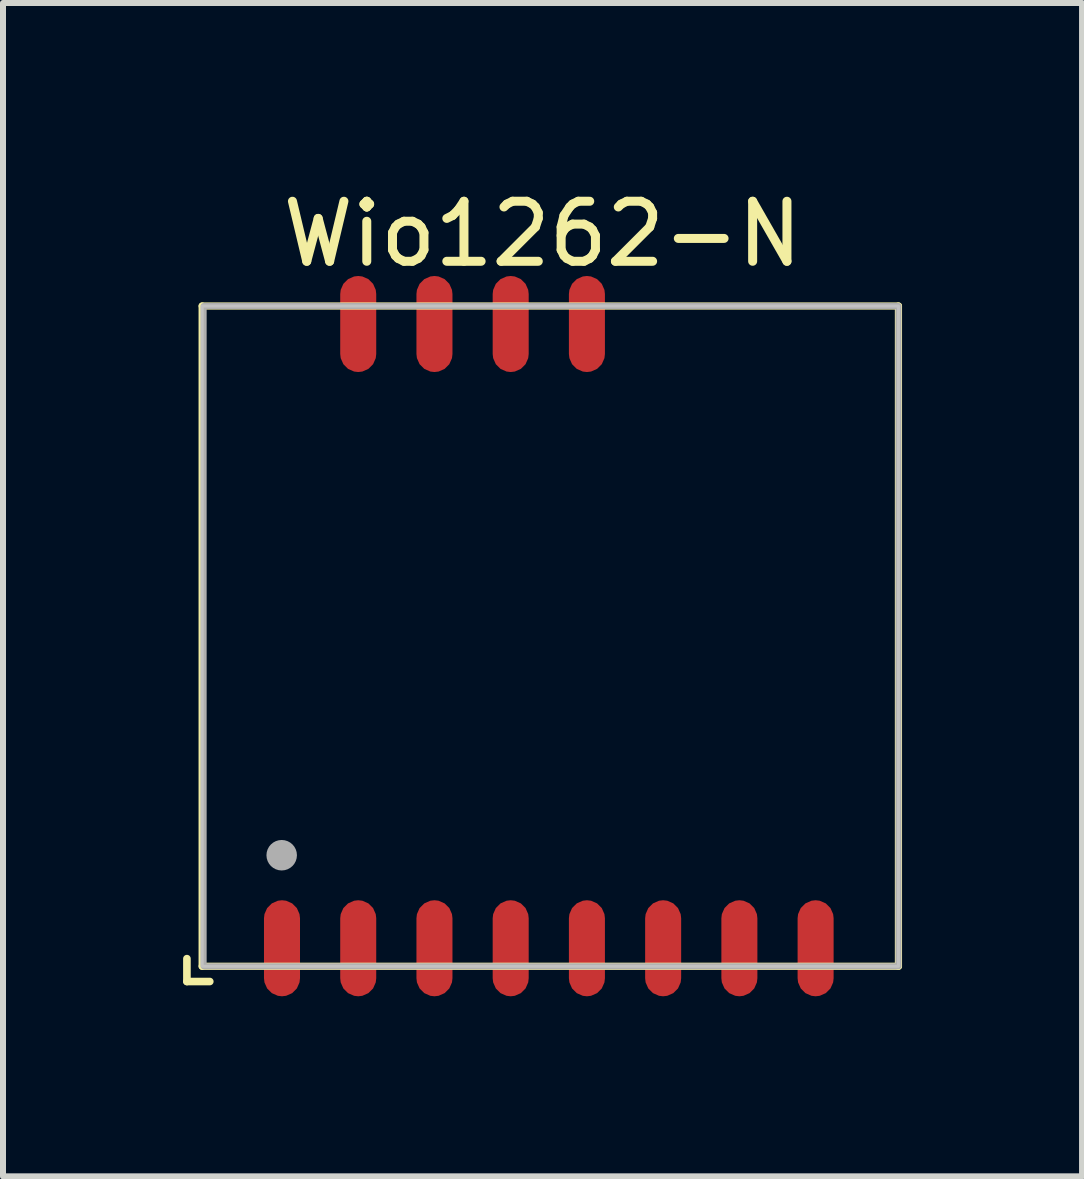
<source format=kicad_pcb>
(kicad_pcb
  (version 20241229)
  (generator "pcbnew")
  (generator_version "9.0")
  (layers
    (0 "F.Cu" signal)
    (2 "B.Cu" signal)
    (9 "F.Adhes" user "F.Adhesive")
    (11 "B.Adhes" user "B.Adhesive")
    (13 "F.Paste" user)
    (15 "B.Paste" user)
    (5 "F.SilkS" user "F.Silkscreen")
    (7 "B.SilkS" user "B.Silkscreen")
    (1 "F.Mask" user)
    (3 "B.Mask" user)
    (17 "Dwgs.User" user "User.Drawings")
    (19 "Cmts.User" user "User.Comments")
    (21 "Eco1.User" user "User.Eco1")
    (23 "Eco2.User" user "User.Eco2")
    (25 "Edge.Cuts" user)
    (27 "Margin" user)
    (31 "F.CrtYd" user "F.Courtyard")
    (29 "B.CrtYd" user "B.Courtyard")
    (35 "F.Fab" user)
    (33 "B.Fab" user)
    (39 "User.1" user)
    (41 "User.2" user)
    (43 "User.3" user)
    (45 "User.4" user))
  (footprint "Wio1262-N"
    (layer "F.Cu")
    (at 0.318 13.048)
    (property "Reference" "Wio1262-N" (at 5.671 -12.2 0) (layer "F.SilkS") (effects (font (size 1 1) (thickness 0.15))))
    (attr smd)
    (fp_line (start -0.254 0.254) (end -0.254 -0.127) (stroke (width 0.127) (type default)) (layer "F.SilkS"))
    (fp_line (start 0 -11) (end 11.6 -11) (stroke (width 0.12) (type default)) (layer "F.SilkS"))
    (fp_line (start 0 0) (end 0 -11) (stroke (width 0.12) (type default)) (layer "F.SilkS"))
    (fp_line (start 0.127 0.254) (end -0.254 0.254) (stroke (width 0.127) (type default)) (layer "F.SilkS"))
    (fp_line (start 11.6 -11) (end 11.6 0) (stroke (width 0.12) (type default)) (layer "F.SilkS"))
    (fp_line (start 11.6 0) (end 0 0) (stroke (width 0.12) (type default)) (layer "F.SilkS"))
    (fp_rect (start 0 -11) (end 11.6 0) (stroke (width 0.05) (type default)) (fill no) (layer "Dwgs.User"))
    (fp_rect (start 0.025 -11) (end 11.6 0) (stroke (width 0.1) (type default)) (fill no) (layer "F.Fab"))
    (fp_circle (center 1.325 -1.85) (end 1.452 -1.85) (stroke (width 0.254) (type default)) (fill no) (layer "F.Fab"))
    (pad "1" smd roundrect (at 1.33 -0.3 90) (size 1.6 0.6) (layers "F.Cu" "F.Mask" "F.Paste") (roundrect_rratio 0.5))
    (pad "2" smd roundrect (at 2.6 -0.3 90) (size 1.6 0.6) (layers "F.Cu" "F.Mask" "F.Paste") (roundrect_rratio 0.5))
    (pad "3" smd roundrect (at 3.87 -0.3 90) (size 1.6 0.6) (layers "F.Cu" "F.Mask" "F.Paste") (roundrect_rratio 0.5))
    (pad "4" smd roundrect (at 5.14 -0.3 90) (size 1.6 0.6) (layers "F.Cu" "F.Mask" "F.Paste") (roundrect_rratio 0.5))
    (pad "5" smd roundrect (at 6.41 -0.3 90) (size 1.6 0.6) (layers "F.Cu" "F.Mask" "F.Paste") (roundrect_rratio 0.5))
    (pad "6" smd roundrect (at 7.68 -0.3 90) (size 1.6 0.6) (layers "F.Cu" "F.Mask" "F.Paste") (roundrect_rratio 0.5))
    (pad "7" smd roundrect (at 8.95 -0.3 90) (size 1.6 0.6) (layers "F.Cu" "F.Mask" "F.Paste") (roundrect_rratio 0.5))
    (pad "8" smd roundrect (at 10.22 -0.3 90) (size 1.6 0.6) (layers "F.Cu" "F.Mask" "F.Paste") (roundrect_rratio 0.5))
    (pad "9" smd roundrect (at 6.41 -10.7 90) (size 1.6 0.6) (layers "F.Cu" "F.Mask" "F.Paste") (roundrect_rratio 0.5))
    (pad "10" smd roundrect (at 5.14 -10.7 90) (size 1.6 0.6) (layers "F.Cu" "F.Mask" "F.Paste") (roundrect_rratio 0.5))
    (pad "11" smd roundrect (at 3.87 -10.7 90) (size 1.6 0.6) (layers "F.Cu" "F.Mask" "F.Paste") (roundrect_rratio 0.5))
    (pad "12" smd roundrect (at 2.6 -10.7 90) (size 1.6 0.6) (layers "F.Cu" "F.Mask" "F.Paste") (roundrect_rratio 0.5)))
  (gr_rect
    (start -3 -3)
    (end 14.977 16.548)
    (stroke (width 0.1) (type default))
    (fill no)
    (layer "Edge.Cuts")))
</source>
